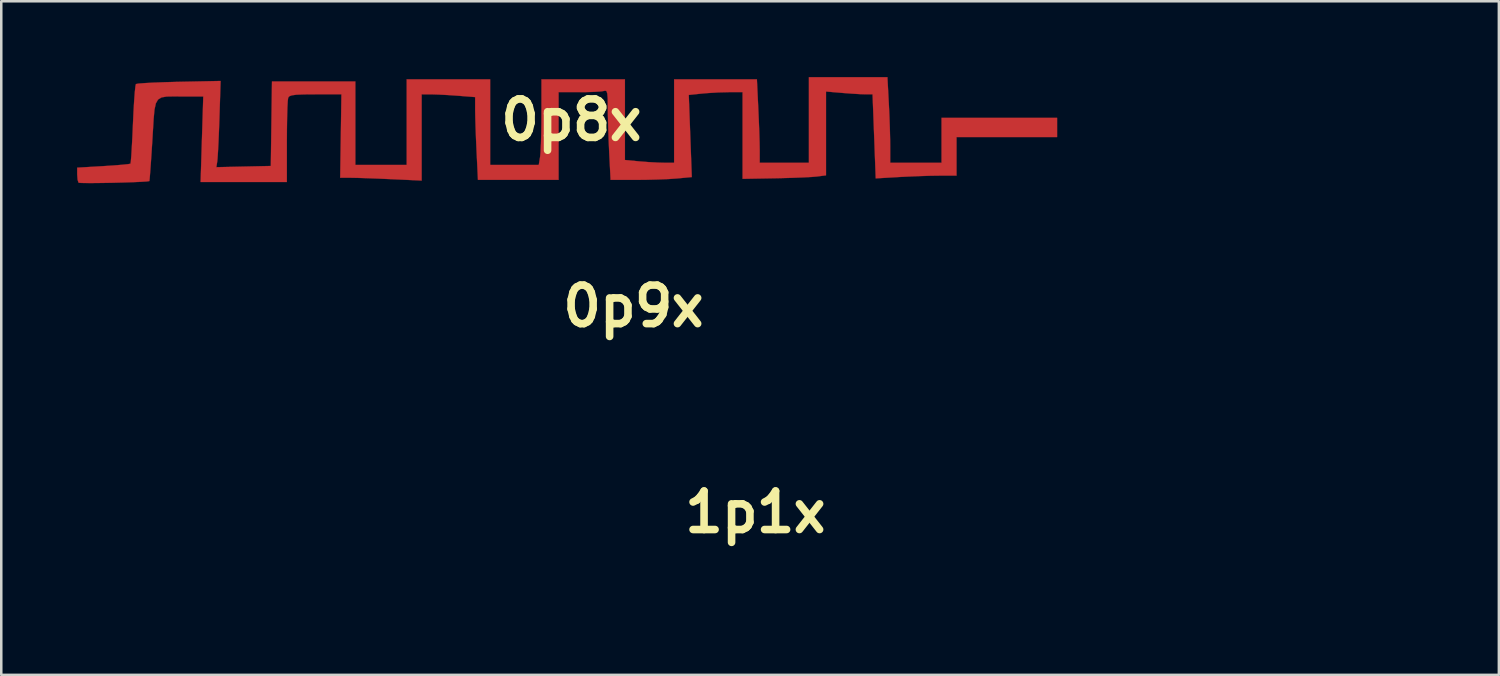
<source format=kicad_pcb>
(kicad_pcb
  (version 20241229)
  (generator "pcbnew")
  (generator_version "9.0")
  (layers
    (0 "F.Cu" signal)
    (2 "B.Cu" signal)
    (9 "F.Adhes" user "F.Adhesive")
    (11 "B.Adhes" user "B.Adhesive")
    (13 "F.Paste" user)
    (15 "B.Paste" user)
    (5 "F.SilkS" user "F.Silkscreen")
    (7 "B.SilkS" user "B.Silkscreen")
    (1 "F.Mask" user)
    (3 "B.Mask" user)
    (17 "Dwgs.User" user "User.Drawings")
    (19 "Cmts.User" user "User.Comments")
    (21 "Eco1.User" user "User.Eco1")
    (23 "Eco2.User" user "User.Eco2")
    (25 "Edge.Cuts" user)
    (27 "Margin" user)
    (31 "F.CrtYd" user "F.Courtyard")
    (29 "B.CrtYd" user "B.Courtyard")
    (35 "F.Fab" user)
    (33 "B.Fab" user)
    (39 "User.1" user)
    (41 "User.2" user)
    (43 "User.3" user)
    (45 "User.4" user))
  (footprint "0p8x"
    (layer "F.Cu")
    (at 19.563 1.698)
    (property "Reference" "0p8x" (at 0 0 0) (layer "F.SilkS") (effects (font (size 1.524 1.524) (thickness 0.3))))
    (attr through_hole)
    (fp_poly (pts (xy 12.56 -0.664) (xy 12.583 -0.181) (xy 12.601 0.318) (xy 12.612 0.766) (xy 12.615 1.029) (xy 12.615 1.693) (xy 14.647 1.693) (xy 14.647 -0.085) (xy 19.219 -0.085) (xy 19.219 0.677) (xy 15.24 0.677) (xy 15.24 2.201) (xy 14.584 2.202) (xy 14.208 2.207) (xy 13.738 2.222) (xy 13.246 2.243) (xy 12.985 2.256) (xy 12.042 2.311) (xy 11.98 0.647) (xy 11.917 -1.016) (xy 11.644 -1.016) (xy 11.424 -1.023) (xy 11.102 -1.042) (xy 10.746 -1.069) (xy 10.723 -1.071) (xy 10.075 -1.126) (xy 10.075 2.191) (xy 9.716 2.237) (xy 9.503 2.255) (xy 9.161 2.273) (xy 8.732 2.289) (xy 8.256 2.302) (xy 8.065 2.306) (xy 6.773 2.329) (xy 6.773 -1.101) (xy 6.235 -1.101) (xy 5.832 -1.091) (xy 5.394 -1.065) (xy 5.171 -1.046) (xy 4.644 -0.991) (xy 4.704 0.634) (xy 4.764 2.259) (xy 4.181 2.314) (xy 3.852 2.337) (xy 3.417 2.355) (xy 2.937 2.367) (xy 2.574 2.37) (xy 1.55 2.371) (xy 1.495 1.291) (xy 1.473 0.795) (xy 1.455 0.28) (xy 1.443 -0.188) (xy 1.44 -0.496) (xy 1.436 -0.843) (xy 1.419 -1.049) (xy 1.386 -1.145) (xy 1.328 -1.159) (xy 1.305 -1.152) (xy 1.167 -1.13) (xy 0.903 -1.113) (xy 0.557 -1.102) (xy 0.332 -1.101) (xy -0.508 -1.101) (xy -0.508 2.371) (xy -3.699 2.371) (xy -3.755 1.214) (xy -3.776 0.738) (xy -3.793 0.276) (xy -3.805 -0.122) (xy -3.81 -0.405) (xy -3.81 -0.424) (xy -3.81 -0.906) (xy -4.508 -0.961) (xy -4.891 -0.987) (xy -5.258 -1.006) (xy -5.537 -1.015) (xy -5.567 -1.015) (xy -5.927 -1.016) (xy -5.927 2.397) (xy -7.133 2.342) (xy -7.608 2.321) (xy -8.058 2.304) (xy -8.439 2.292) (xy -8.706 2.287) (xy -8.745 2.286) (xy -9.151 2.286) (xy -9.126 0.635) (xy -9.102 -1.016) (xy -10.13 -1.016) (xy -10.574 -1.013) (xy -10.877 -1.001) (xy -11.065 -0.976) (xy -11.168 -0.936) (xy -11.209 -0.882) (xy -11.225 -0.758) (xy -11.24 -0.494) (xy -11.251 -0.118) (xy -11.258 0.339) (xy -11.261 0.85) (xy -11.261 2.455) (xy -14.674 2.455) (xy -14.622 0.762) (xy -14.569 -0.931) (xy -15.349 -0.93) (xy -15.73 -0.933) (xy -16.015 -0.928) (xy -16.219 -0.894) (xy -16.358 -0.81) (xy -16.446 -0.655) (xy -16.5 -0.407) (xy -16.533 -0.045) (xy -16.563 0.453) (xy -16.583 0.784) (xy -16.615 1.288) (xy -16.645 1.729) (xy -16.671 2.081) (xy -16.69 2.319) (xy -16.702 2.417) (xy -16.703 2.417) (xy -16.8 2.432) (xy -17.031 2.447) (xy -17.36 2.461) (xy -17.753 2.474) (xy -18.174 2.485) (xy -18.59 2.492) (xy -18.966 2.496) (xy -19.266 2.495) (xy -19.456 2.489) (xy -19.504 2.481) (xy -19.542 2.366) (xy -19.558 2.164) (xy -19.558 2.157) (xy -19.558 1.887) (xy -18.522 1.826) (xy -18.121 1.8) (xy -17.787 1.773) (xy -17.552 1.749) (xy -17.451 1.731) (xy -17.45 1.73) (xy -17.435 1.638) (xy -17.416 1.404) (xy -17.395 1.056) (xy -17.372 0.622) (xy -17.352 0.165) (xy -17.329 -0.328) (xy -17.304 -0.761) (xy -17.278 -1.106) (xy -17.253 -1.336) (xy -17.234 -1.421) (xy -17.136 -1.44) (xy -16.895 -1.459) (xy -16.539 -1.478) (xy -16.094 -1.495) (xy -15.587 -1.509) (xy -15.531 -1.51) (xy -13.883 -1.544) (xy -13.93 -0.074) (xy -13.948 0.426) (xy -13.967 0.881) (xy -13.987 1.258) (xy -14.004 1.525) (xy -14.015 1.632) (xy -14.051 1.868) (xy -11.896 1.82) (xy -11.873 0.148) (xy -11.85 -1.524) (xy -8.551 -1.524) (xy -8.551 1.778) (xy -6.519 1.778) (xy -6.519 -1.609) (xy -3.217 -1.609) (xy -3.217 1.778) (xy -1.292 1.778) (xy -1.24 1.46) (xy -1.222 1.267) (xy -1.206 0.942) (xy -1.194 0.523) (xy -1.187 0.046) (xy -1.186 -0.233) (xy -1.185 -1.609) (xy 2.117 -1.609) (xy 2.117 1.584) (xy 2.688 1.638) (xy 3.059 1.667) (xy 3.432 1.687) (xy 3.662 1.693) (xy 4.064 1.693) (xy 4.064 -1.609) (xy 7.34 -1.609) (xy 7.395 -0.452) (xy 7.416 0.025) (xy 7.434 0.49) (xy 7.446 0.892) (xy 7.451 1.181) (xy 7.451 1.199) (xy 7.451 1.693) (xy 9.398 1.693) (xy 9.398 -1.693) (xy 12.505 -1.693) (xy 12.56 -0.664)) (stroke (width 0.01) (type solid)) (fill yes) (layer "F.Cu"))
    (pad "1" smd rect (at 18.85 0.3) (size 0.5 0.5) (layers "F.Cu" "F.Mask" "F.Paste")))
  (footprint "1p1x"
    (layer "F.Cu")
    (at 26.844 17.215)
    (property "Reference" "1p1x" (at 0 0 0) (layer "F.SilkS") (effects (font (size 1.524 1.524) (thickness 0.3))))
    (attr through_hole)
    (fp_poly (pts (xy 14.993 -2.303) (xy 15.579 -2.294) (xy 16.107 -2.283) (xy 16.555 -2.271) (xy 16.899 -2.257) (xy 17.117 -2.243) (xy 17.185 -2.232) (xy 17.198 -2.139) (xy 17.211 -1.899) (xy 17.225 -1.535) (xy 17.237 -1.07) (xy 17.249 -0.525) (xy 17.257 0.049) (xy 17.284 2.286) (xy 20.151 2.286) (xy 20.151 -0.085) (xy 26.416 -0.085) (xy 26.416 0.931) (xy 20.997 0.931) (xy 20.997 3.048) (xy 16.529 3.048) (xy 16.467 0.817) (xy 16.405 -1.415) (xy 15.513 -1.469) (xy 15.089 -1.493) (xy 14.68 -1.511) (xy 14.346 -1.522) (xy 14.211 -1.524) (xy 13.801 -1.524) (xy 13.801 3.03) (xy 12.298 3.081) (xy 11.743 3.101) (xy 11.185 3.122) (xy 10.671 3.142) (xy 10.249 3.16) (xy 10.054 3.17) (xy 9.313 3.206) (xy 9.313 -1.549) (xy 7.869 -1.503) (xy 7.393 -1.486) (xy 6.978 -1.467) (xy 6.653 -1.448) (xy 6.447 -1.431) (xy 6.386 -1.419) (xy 6.379 -1.328) (xy 6.379 -1.089) (xy 6.386 -0.727) (xy 6.398 -0.264) (xy 6.416 0.278) (xy 6.438 0.844) (xy 6.46 1.44) (xy 6.477 1.979) (xy 6.489 2.439) (xy 6.494 2.796) (xy 6.492 3.028) (xy 6.484 3.112) (xy 6.39 3.126) (xy 6.15 3.141) (xy 5.787 3.157) (xy 5.323 3.172) (xy 4.78 3.187) (xy 4.236 3.199) (xy 2.032 3.241) (xy 2.032 -1.635) (xy 1.079 -1.58) (xy 0.647 -1.557) (xy 0.233 -1.539) (xy -0.108 -1.527) (xy -0.275 -1.524) (xy -0.677 -1.524) (xy -0.677 3.217) (xy -2.731 3.218) (xy -3.313 3.221) (xy -3.848 3.227) (xy -4.308 3.236) (xy -4.668 3.248) (xy -4.902 3.261) (xy -4.974 3.271) (xy -5.165 3.322) (xy -5.165 1.759) (xy -5.168 1.193) (xy -5.177 0.622) (xy -5.19 0.093) (xy -5.206 -0.347) (xy -5.22 -0.58) (xy -5.275 -1.355) (xy -8.213 -1.355) (xy -8.213 3.217) (xy -8.784 3.217) (xy -9.057 3.214) (xy -9.46 3.205) (xy -9.95 3.193) (xy -10.489 3.176) (xy -10.943 3.161) (xy -12.531 3.106) (xy -12.531 -1.443) (xy -15.452 -1.397) (xy -15.474 0.995) (xy -15.497 3.387) (xy -20.171 3.387) (xy -20.109 1.058) (xy -20.047 -1.27) (xy -21.369 -1.27) (xy -21.868 -1.269) (xy -22.222 -1.265) (xy -22.457 -1.253) (xy -22.596 -1.231) (xy -22.666 -1.194) (xy -22.69 -1.139) (xy -22.693 -1.079) (xy -22.699 -0.941) (xy -22.715 -0.662) (xy -22.739 -0.268) (xy -22.769 0.212) (xy -22.804 0.751) (xy -22.818 0.974) (xy -22.854 1.531) (xy -22.886 2.044) (xy -22.913 2.482) (xy -22.932 2.819) (xy -22.942 3.025) (xy -22.943 3.064) (xy -22.963 3.21) (xy -23.051 3.287) (xy -23.253 3.33) (xy -23.305 3.337) (xy -23.504 3.353) (xy -23.839 3.369) (xy -24.274 3.385) (xy -24.773 3.399) (xy -25.252 3.409) (xy -26.839 3.437) (xy -26.839 2.566) (xy -25.434 2.516) (xy -24.964 2.497) (xy -24.555 2.476) (xy -24.238 2.456) (xy -24.04 2.437) (xy -23.987 2.425) (xy -23.973 2.333) (xy -23.954 2.095) (xy -23.931 1.732) (xy -23.907 1.269) (xy -23.881 0.729) (xy -23.859 0.197) (xy -23.835 -0.392) (xy -23.813 -0.921) (xy -23.793 -1.369) (xy -23.777 -1.714) (xy -23.766 -1.931) (xy -23.76 -2) (xy -23.676 -2.005) (xy -23.445 -2.013) (xy -23.087 -2.025) (xy -22.626 -2.038) (xy -22.083 -2.054) (xy -21.479 -2.07) (xy -21.431 -2.071) (xy -19.113 -2.132) (xy -19.167 -0.875) (xy -19.192 -0.307) (xy -19.22 0.32) (xy -19.247 0.93) (xy -19.271 1.448) (xy -19.272 1.46) (xy -19.323 2.54) (xy -16.367 2.54) (xy -16.312 1.079) (xy -16.293 0.523) (xy -16.276 -0.047) (xy -16.264 -0.578) (xy -16.257 -1.018) (xy -16.256 -1.194) (xy -16.256 -2.006) (xy -15.354 -2.061) (xy -14.93 -2.082) (xy -14.398 -2.099) (xy -13.818 -2.111) (xy -13.251 -2.116) (xy -13.11 -2.117) (xy -11.769 -2.117) (xy -11.769 2.455) (xy -8.975 2.455) (xy -8.975 -2.201) (xy -6.74 -2.201) (xy -6.059 -2.2) (xy -5.529 -2.197) (xy -5.13 -2.189) (xy -4.844 -2.176) (xy -4.652 -2.158) (xy -4.535 -2.132) (xy -4.474 -2.097) (xy -4.454 -2.067) (xy -4.44 -1.949) (xy -4.427 -1.685) (xy -4.417 -1.301) (xy -4.409 -0.821) (xy -4.404 -0.269) (xy -4.403 0.219) (xy -4.403 2.371) (xy -1.693 2.371) (xy -1.693 -2.201) (xy 2.879 -2.201) (xy 2.879 -0.009) (xy 2.88 0.665) (xy 2.884 1.188) (xy 2.891 1.58) (xy 2.904 1.86) (xy 2.924 2.047) (xy 2.95 2.16) (xy 2.986 2.218) (xy 3.013 2.235) (xy 3.142 2.253) (xy 3.407 2.269) (xy 3.772 2.28) (xy 4.203 2.286) (xy 4.367 2.286) (xy 5.588 2.286) (xy 5.588 -2.201) (xy 10.05 -2.201) (xy 10.105 -1.554) (xy 10.129 -1.183) (xy 10.147 -0.715) (xy 10.158 -0.225) (xy 10.16 0.042) (xy 10.165 0.513) (xy 10.18 1.003) (xy 10.201 1.439) (xy 10.215 1.638) (xy 10.27 2.286) (xy 12.927 2.286) (xy 12.887 -0.021) (xy 12.847 -2.328) (xy 14.993 -2.303)) (stroke (width 0.01) (type solid)) (fill no) (layer "Eco2.User")))
  (footprint "0p9x"
    (layer "F.Cu")
    (at 22.018 9.067)
    (property "Reference" "0p9x" (at 0 0 0) (layer "F.SilkS") (effects (font (size 1.524 1.524) (thickness 0.3))))
    (attr through_hole)
    (fp_poly (pts (xy 8.242 -1.088) (xy 8.265 -0.68) (xy 8.283 -0.173) (xy 8.294 0.363) (xy 8.297 0.775) (xy 8.297 1.863) (xy 10.499 1.863) (xy 10.499 -1.863) (xy 14.055 -1.863) (xy 14.055 -1.079) (xy 14.06 -0.667) (xy 14.073 -0.157) (xy 14.092 0.38) (xy 14.11 0.783) (xy 14.165 1.863) (xy 16.425 1.863) (xy 16.425 -0.085) (xy 21.59 -0.085) (xy 21.59 0.762) (xy 17.103 0.762) (xy 17.103 2.43) (xy 16.404 2.485) (xy 16.036 2.506) (xy 15.563 2.524) (xy 15.046 2.535) (xy 14.584 2.539) (xy 13.462 2.54) (xy 13.462 1.961) (xy 13.458 1.662) (xy 13.448 1.243) (xy 13.432 0.754) (xy 13.413 0.245) (xy 13.406 0.098) (xy 13.351 -1.185) (xy 11.261 -1.185) (xy 11.261 2.54) (xy 10.351 2.54) (xy 9.848 2.546) (xy 9.271 2.562) (xy 8.713 2.584) (xy 8.488 2.596) (xy 7.535 2.651) (xy 7.535 -1.294) (xy 7.091 -1.24) (xy 6.79 -1.215) (xy 6.396 -1.196) (xy 5.983 -1.186) (xy 5.903 -1.186) (xy 5.159 -1.185) (xy 5.207 0.191) (xy 5.226 0.705) (xy 5.247 1.205) (xy 5.269 1.646) (xy 5.288 1.983) (xy 5.296 2.095) (xy 5.339 2.625) (xy 1.609 2.625) (xy 1.609 -1.27) (xy 0.699 -1.269) (xy 0.287 -1.273) (xy -0.027 -1.272) (xy -0.256 -1.247) (xy -0.415 -1.178) (xy -0.515 -1.046) (xy -0.57 -0.829) (xy -0.593 -0.508) (xy -0.596 -0.064) (xy -0.593 0.524) (xy -0.593 0.717) (xy -0.593 2.6) (xy -2.392 2.646) (xy -2.924 2.66) (xy -3.396 2.67) (xy -3.781 2.677) (xy -4.056 2.681) (xy -4.194 2.68) (xy -4.206 2.679) (xy -4.214 2.594) (xy -4.225 2.364) (xy -4.239 2.013) (xy -4.256 1.566) (xy -4.274 1.047) (xy -4.283 0.782) (xy -4.343 -1.101) (xy -6.689 -1.101) (xy -6.689 2.625) (xy -10.356 2.625) (xy -10.253 -1.185) (xy -11.286 -1.184) (xy -11.705 -1.18) (xy -12.076 -1.168) (xy -12.358 -1.152) (xy -12.509 -1.132) (xy -12.7 -1.081) (xy -12.7 2.794) (xy -16.537 2.794) (xy -16.483 0.886) (xy -16.43 -1.021) (xy -18.584 -0.974) (xy -18.693 0.843) (xy -18.727 1.38) (xy -18.761 1.858) (xy -18.793 2.253) (xy -18.821 2.538) (xy -18.842 2.689) (xy -18.848 2.705) (xy -18.944 2.722) (xy -19.181 2.739) (xy -19.533 2.755) (xy -19.971 2.77) (xy -20.454 2.781) (xy -22.013 2.81) (xy -22.013 2.032) (xy -19.667 2.032) (xy -19.612 1.512) (xy -19.585 1.159) (xy -19.566 0.729) (xy -19.558 0.311) (xy -19.558 0.297) (xy -19.55 -0.148) (xy -19.53 -0.636) (xy -19.503 -1.046) (xy -19.448 -1.693) (xy -15.652 -1.693) (xy -15.702 -0.572) (xy -15.725 -0.057) (xy -15.752 0.486) (xy -15.778 0.99) (xy -15.798 1.346) (xy -15.845 2.143) (xy -15.191 2.087) (xy -14.767 2.059) (xy -14.31 2.039) (xy -13.957 2.032) (xy -13.377 2.032) (xy -13.377 -1.693) (xy -12.29 -1.693) (xy -11.782 -1.698) (xy -11.246 -1.711) (xy -10.752 -1.73) (xy -10.427 -1.748) (xy -9.652 -1.803) (xy -9.652 2.032) (xy -7.366 2.032) (xy -7.366 -1.778) (xy -3.641 -1.778) (xy -3.641 1.947) (xy -1.439 1.947) (xy -1.439 -1.778) (xy 2.286 -1.778) (xy 2.286 1.863) (xy 4.572 1.863) (xy 4.572 -1.752) (xy 5.855 -1.807) (xy 6.356 -1.827) (xy 6.843 -1.844) (xy 7.271 -1.856) (xy 7.592 -1.862) (xy 7.663 -1.863) (xy 8.187 -1.863) (xy 8.242 -1.088)) (stroke (width 0.01) (type solid)) (fill no) (layer "Eco2.User")))
  (gr_rect
    (start -3 -3)
    (end 56.265 23.657)
    (stroke (width 0.1) (type default))
    (fill no)
    (layer "Edge.Cuts")))
</source>
